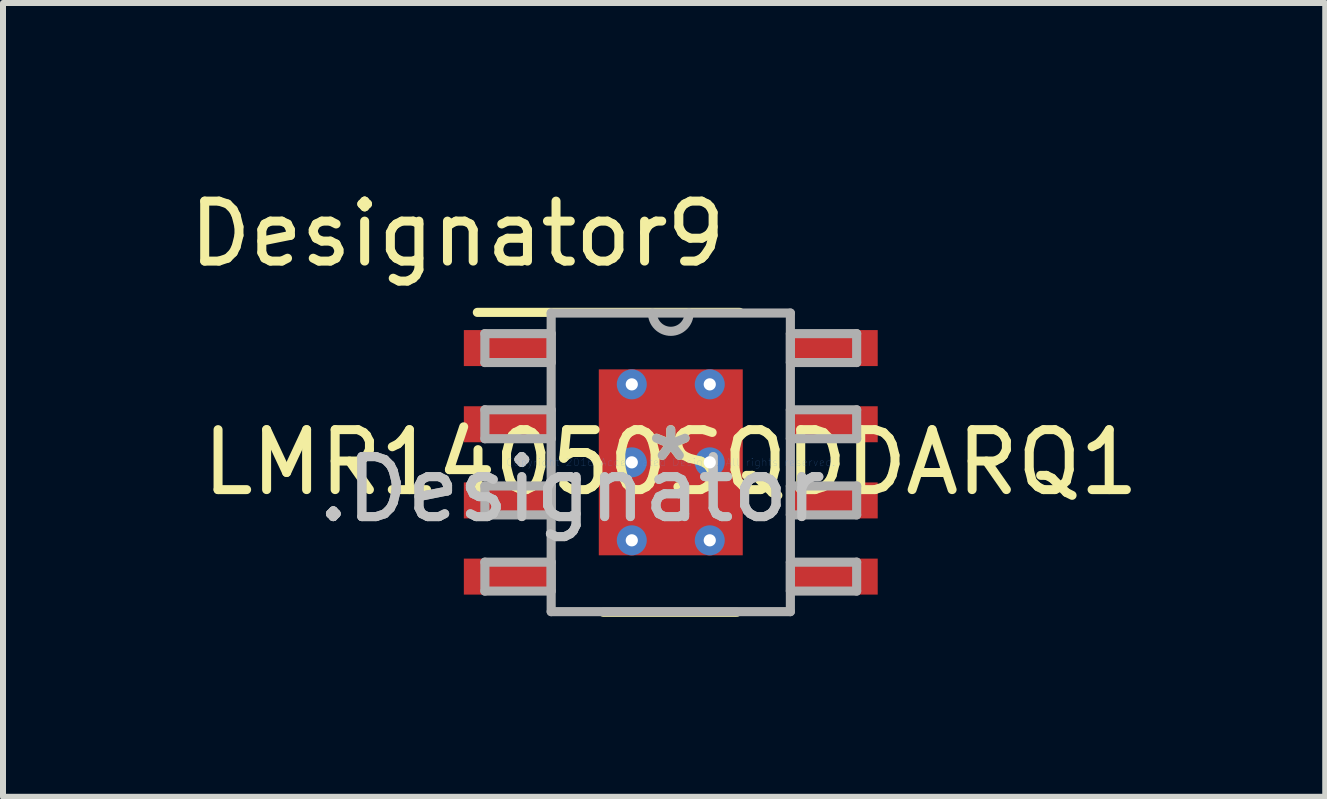
<source format=kicad_pcb>
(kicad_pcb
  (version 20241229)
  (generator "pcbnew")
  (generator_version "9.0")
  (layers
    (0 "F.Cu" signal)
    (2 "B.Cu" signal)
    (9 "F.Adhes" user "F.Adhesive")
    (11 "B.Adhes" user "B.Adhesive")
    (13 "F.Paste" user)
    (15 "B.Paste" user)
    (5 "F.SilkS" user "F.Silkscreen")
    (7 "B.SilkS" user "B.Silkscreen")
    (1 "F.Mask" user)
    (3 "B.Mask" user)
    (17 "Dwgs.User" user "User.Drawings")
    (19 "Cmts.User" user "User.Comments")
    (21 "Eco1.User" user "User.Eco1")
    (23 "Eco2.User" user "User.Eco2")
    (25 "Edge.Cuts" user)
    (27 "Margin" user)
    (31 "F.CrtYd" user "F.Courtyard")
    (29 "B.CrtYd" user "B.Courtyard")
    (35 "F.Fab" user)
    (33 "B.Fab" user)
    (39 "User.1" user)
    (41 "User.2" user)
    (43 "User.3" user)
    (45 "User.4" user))
  (footprint "LMR14050SQDDARQ1"
    (layer "F.Cu")
    (at 8.133 4.658)
    (property "Reference" "LMR14050SQDDARQ1" (at 0 0 0) (layer "F.SilkS") (effects (font (size 1 1) (thickness 0.15))))
    (attr through_hole)
    (fp_line (start -3.225 -2.5) (end 1.15 -2.5) (stroke (width 0.152) (type solid)) (layer "F.SilkS"))
    (fp_line (start -1.125 2.5) (end 1.1 2.5) (stroke (width 0.152) (type solid)) (layer "F.SilkS"))
    (fp_line (start -3.099 -2.146) (end -1.994 -2.146) (stroke (width 0.152) (type solid)) (layer "F.Fab"))
    (fp_line (start -3.099 -1.664) (end -3.099 -2.146) (stroke (width 0.152) (type solid)) (layer "F.Fab"))
    (fp_line (start -3.099 -1.664) (end -1.994 -1.664) (stroke (width 0.152) (type solid)) (layer "F.Fab"))
    (fp_line (start -3.099 -0.876) (end -1.994 -0.876) (stroke (width 0.152) (type solid)) (layer "F.Fab"))
    (fp_line (start -3.099 -0.394) (end -3.099 -0.876) (stroke (width 0.152) (type solid)) (layer "F.Fab"))
    (fp_line (start -3.099 -0.394) (end -1.994 -0.394) (stroke (width 0.152) (type solid)) (layer "F.Fab"))
    (fp_line (start -3.099 0.394) (end -1.994 0.394) (stroke (width 0.152) (type solid)) (layer "F.Fab"))
    (fp_line (start -3.099 0.876) (end -3.099 0.394) (stroke (width 0.152) (type solid)) (layer "F.Fab"))
    (fp_line (start -3.099 0.876) (end -1.994 0.876) (stroke (width 0.152) (type solid)) (layer "F.Fab"))
    (fp_line (start -3.099 1.664) (end -1.994 1.664) (stroke (width 0.152) (type solid)) (layer "F.Fab"))
    (fp_line (start -3.099 2.146) (end -3.099 1.664) (stroke (width 0.152) (type solid)) (layer "F.Fab"))
    (fp_line (start -3.099 2.146) (end -1.994 2.146) (stroke (width 0.152) (type solid)) (layer "F.Fab"))
    (fp_line (start -1.994 -2.489) (end 1.994 -2.489) (stroke (width 0.152) (type solid)) (layer "F.Fab"))
    (fp_line (start -1.994 -1.664) (end -1.994 -2.146) (stroke (width 0.152) (type solid)) (layer "F.Fab"))
    (fp_line (start -1.994 -0.394) (end -1.994 -0.876) (stroke (width 0.152) (type solid)) (layer "F.Fab"))
    (fp_line (start -1.994 0.876) (end -1.994 0.394) (stroke (width 0.152) (type solid)) (layer "F.Fab"))
    (fp_line (start -1.994 2.146) (end -1.994 1.664) (stroke (width 0.152) (type solid)) (layer "F.Fab"))
    (fp_line (start -1.994 2.489) (end -1.994 -2.489) (stroke (width 0.152) (type solid)) (layer "F.Fab"))
    (fp_line (start -1.994 2.489) (end 1.994 2.489) (stroke (width 0.152) (type solid)) (layer "F.Fab"))
    (fp_line (start 1.994 -2.146) (end 3.099 -2.146) (stroke (width 0.152) (type solid)) (layer "F.Fab"))
    (fp_line (start 1.994 -1.664) (end 1.994 -2.146) (stroke (width 0.152) (type solid)) (layer "F.Fab"))
    (fp_line (start 1.994 -1.664) (end 3.099 -1.664) (stroke (width 0.152) (type solid)) (layer "F.Fab"))
    (fp_line (start 1.994 -0.876) (end 3.099 -0.876) (stroke (width 0.152) (type solid)) (layer "F.Fab"))
    (fp_line (start 1.994 -0.394) (end 1.994 -0.876) (stroke (width 0.152) (type solid)) (layer "F.Fab"))
    (fp_line (start 1.994 -0.394) (end 3.099 -0.394) (stroke (width 0.152) (type solid)) (layer "F.Fab"))
    (fp_line (start 1.994 0.394) (end 3.099 0.394) (stroke (width 0.152) (type solid)) (layer "F.Fab"))
    (fp_line (start 1.994 0.876) (end 1.994 0.394) (stroke (width 0.152) (type solid)) (layer "F.Fab"))
    (fp_line (start 1.994 0.876) (end 3.099 0.876) (stroke (width 0.152) (type solid)) (layer "F.Fab"))
    (fp_line (start 1.994 1.664) (end 3.099 1.664) (stroke (width 0.152) (type solid)) (layer "F.Fab"))
    (fp_line (start 1.994 2.146) (end 1.994 1.664) (stroke (width 0.152) (type solid)) (layer "F.Fab"))
    (fp_line (start 1.994 2.146) (end 3.099 2.146) (stroke (width 0.152) (type solid)) (layer "F.Fab"))
    (fp_line (start 1.994 2.489) (end 1.994 -2.489) (stroke (width 0.152) (type solid)) (layer "F.Fab"))
    (fp_line (start 3.099 -1.664) (end 3.099 -2.146) (stroke (width 0.152) (type solid)) (layer "F.Fab"))
    (fp_line (start 3.099 -0.394) (end 3.099 -0.876) (stroke (width 0.152) (type solid)) (layer "F.Fab"))
    (fp_line (start 3.099 0.876) (end 3.099 0.394) (stroke (width 0.152) (type solid)) (layer "F.Fab"))
    (fp_line (start 3.099 2.146) (end 3.099 1.664) (stroke (width 0.152) (type solid)) (layer "F.Fab"))
    (fp_arc (start 0.3048 -2.4892) (mid 0 -2.1844) (end -0.3048 -2.4892) (stroke (width 0.1524) (type solid)) (layer "F.Fab"))
    (fp_text user "*" (at 0 0 0) (layer "F.SilkS") (effects (font (size 1 1) (thickness 0.15))))
    (fp_text user "Designator9" (at -3.556 -3.81 0) (layer "F.SilkS") (effects (font (size 1 1) (thickness 0.15))))
    (fp_text user ".Designator" (at -1.65 0.45 0) (layer "Dwgs.User") (effects (font (size 1 1) (thickness 0.15))))
    (fp_text user "Copyright 2016 Accelerated Designs. All rights reserved." (at 0 0 0) (layer "Cmts.User") (effects (font (size 0.127 0.127) (thickness 0.002))))
    (fp_text user "*" (at 0 0 0) (layer "F.Fab") (effects (font (size 1 1) (thickness 0.15))))
    (fp_text user ".Designator" (at -1.65 0.45 0) (layer "F.Fab") (effects (font (size 1 1) (thickness 0.15))))
    (pad "1" smd rect (at -2.725 -1.905 90) (size 0.6 1.45) (layers "F.Cu" "F.Mask" "F.Paste"))
    (pad "2" smd rect (at -2.725 -0.635 90) (size 0.6 1.45) (layers "F.Cu" "F.Mask" "F.Paste"))
    (pad "3" smd rect (at -2.725 0.635 90) (size 0.6 1.45) (layers "F.Cu" "F.Mask" "F.Paste"))
    (pad "4" smd rect (at -2.725 1.905 90) (size 0.6 1.45) (layers "F.Cu" "F.Mask" "F.Paste"))
    (pad "5" smd rect (at 2.725 1.905 90) (size 0.6 1.45) (layers "F.Cu" "F.Mask" "F.Paste"))
    (pad "6" smd rect (at 2.725 0.635 90) (size 0.6 1.45) (layers "F.Cu" "F.Mask" "F.Paste"))
    (pad "7" smd rect (at 2.725 -0.635 90) (size 0.6 1.45) (layers "F.Cu" "F.Mask" "F.Paste"))
    (pad "8" smd rect (at 2.725 -1.905 90) (size 0.6 1.45) (layers "F.Cu" "F.Mask" "F.Paste"))
    (pad "9" smd rect (at 0 0) (size 2.4 3.1) (layers "F.Cu" "F.Mask" "F.Paste"))
    (pad "V" thru_hole circle (at -0.65 -1.3) (size 0.5 0.5) (drill 0.203) (layers "*.Cu" "*.Mask"))
    (pad "V" thru_hole circle (at -0.65 0) (size 0.5 0.5) (drill 0.203) (layers "*.Cu" "*.Mask"))
    (pad "V" thru_hole circle (at -0.65 1.3) (size 0.5 0.5) (drill 0.203) (layers "*.Cu" "*.Mask"))
    (pad "V" thru_hole circle (at 0.65 -1.3) (size 0.5 0.5) (drill 0.203) (layers "*.Cu" "*.Mask"))
    (pad "V" thru_hole circle (at 0.65 0) (size 0.5 0.5) (drill 0.203) (layers "*.Cu" "*.Mask"))
    (pad "V" thru_hole circle (at 0.65 1.3) (size 0.5 0.5) (drill 0.203) (layers "*.Cu" "*.Mask")))
  (gr_rect
    (start -3 -3)
    (end 19.044 10.234)
    (stroke (width 0.1) (type default))
    (fill no)
    (layer "Edge.Cuts")))
</source>
